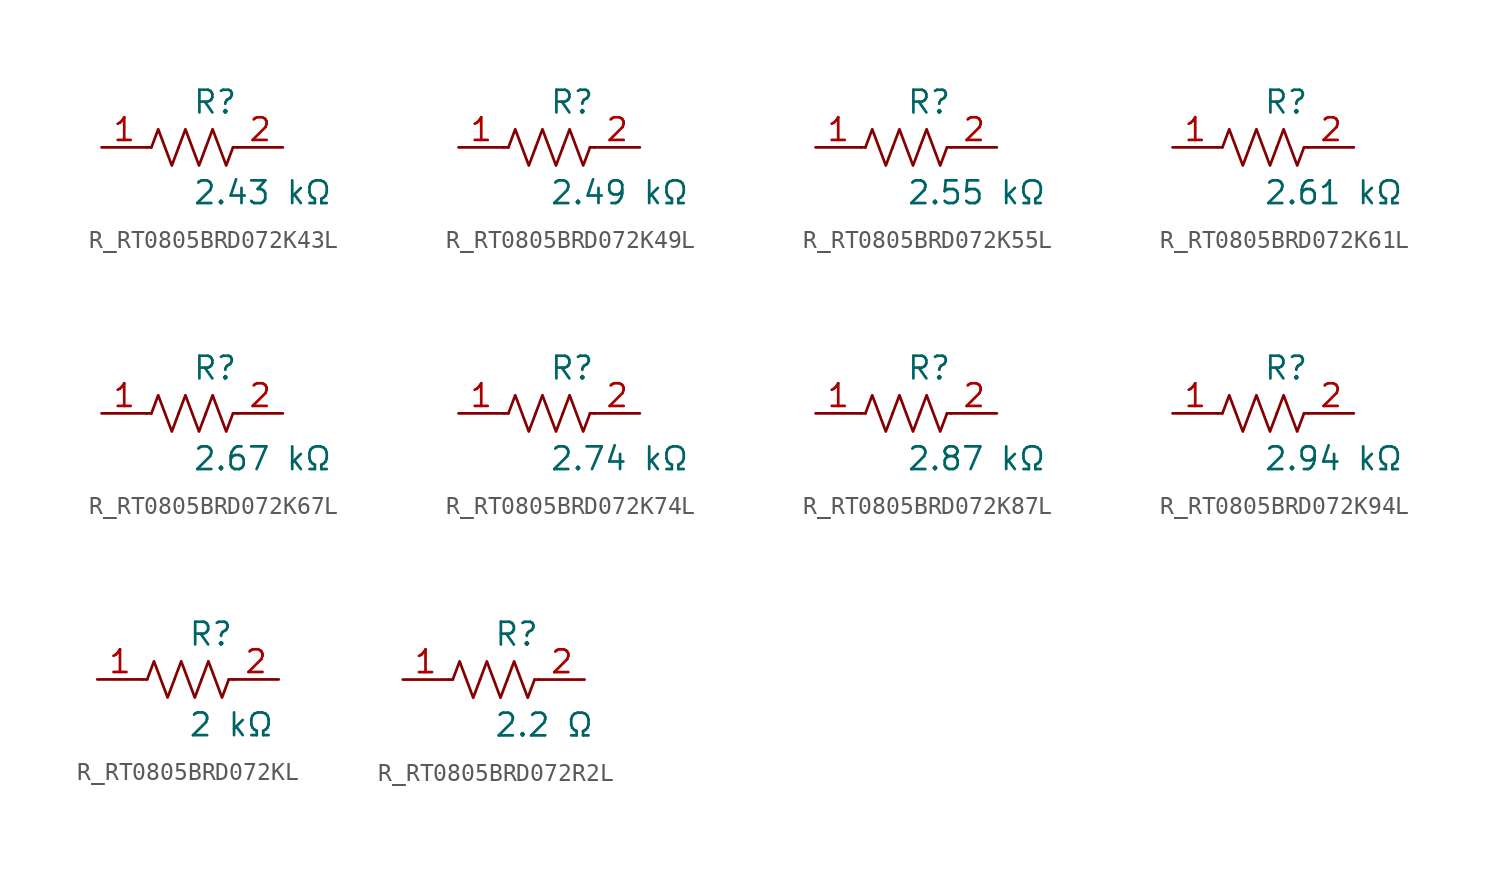
<source format=kicad_sym>
(kicad_symbol_lib
  (version 20231120)
  (generator kicad_symbol_editor)
  (generator_version 8.0)
  (symbol "R_RT0805BRD072K43L"
    (pin_names
      (offset 0.254))
    (property "Reference" "R"
      (at 0.0 2.54 0)
      (effects (font (size 1.27 1.27)) (justify left)))
    (property "Value" "2.43 kΩ"
      (at 0.0 -2.54 0)
      (effects (font (size 1.27 1.27)) (justify left)))
    (symbol "R_RT0805BRD072K43L_0_1"
      (polyline (pts (xy 2.286 0) (xy 2.54 0)) (stroke (width 0) (type default)) (fill (type none)))
      (polyline (pts (xy -2.286 0) (xy -2.54 0)) (stroke (width 0) (type default)) (fill (type none)))
      (polyline (pts (xy 0.762 0) (xy 1.143 1.016) (xy 1.524 0) (xy 1.905 -1.016) (xy 2.286 0)) (stroke (width 0) (type default)) (fill (type none)))
      (polyline (pts (xy -0.762 0) (xy -0.381 1.016) (xy 0 0) (xy 0.381 -1.016) (xy 0.762 0)) (stroke (width 0) (type default)) (fill (type none)))
      (polyline (pts (xy -2.286 0) (xy -1.905 1.016) (xy -1.524 0) (xy -1.143 -1.016) (xy -0.762 0)) (stroke (width 0) (type default)) (fill (type none))))
    (pin unspecified line
      (at -5.08 0 0)
      (length 2.54)
      (name "" (effects (font (size 1.27 1.27))))
      (number "1" (effects (font (size 1.27 1.27)))))
    (pin unspecified line
      (at 5.08 0 180)
      (length 2.54)
      (name "" (effects (font (size 1.27 1.27))))
      (number "2" (effects (font (size 1.27 1.27))))))
  (symbol "R_RT0805BRD072K49L"
    (pin_names
      (offset 0.254))
    (property "Reference" "R"
      (at 0.0 2.54 0)
      (effects (font (size 1.27 1.27)) (justify left)))
    (property "Value" "2.49 kΩ"
      (at 0.0 -2.54 0)
      (effects (font (size 1.27 1.27)) (justify left)))
    (symbol "R_RT0805BRD072K49L_0_1"
      (polyline (pts (xy 2.286 0) (xy 2.54 0)) (stroke (width 0) (type default)) (fill (type none)))
      (polyline (pts (xy -2.286 0) (xy -2.54 0)) (stroke (width 0) (type default)) (fill (type none)))
      (polyline (pts (xy 0.762 0) (xy 1.143 1.016) (xy 1.524 0) (xy 1.905 -1.016) (xy 2.286 0)) (stroke (width 0) (type default)) (fill (type none)))
      (polyline (pts (xy -0.762 0) (xy -0.381 1.016) (xy 0 0) (xy 0.381 -1.016) (xy 0.762 0)) (stroke (width 0) (type default)) (fill (type none)))
      (polyline (pts (xy -2.286 0) (xy -1.905 1.016) (xy -1.524 0) (xy -1.143 -1.016) (xy -0.762 0)) (stroke (width 0) (type default)) (fill (type none))))
    (pin unspecified line
      (at -5.08 0 0)
      (length 2.54)
      (name "" (effects (font (size 1.27 1.27))))
      (number "1" (effects (font (size 1.27 1.27)))))
    (pin unspecified line
      (at 5.08 0 180)
      (length 2.54)
      (name "" (effects (font (size 1.27 1.27))))
      (number "2" (effects (font (size 1.27 1.27))))))
  (symbol "R_RT0805BRD072K55L"
    (pin_names
      (offset 0.254))
    (property "Reference" "R"
      (at 0.0 2.54 0)
      (effects (font (size 1.27 1.27)) (justify left)))
    (property "Value" "2.55 kΩ"
      (at 0.0 -2.54 0)
      (effects (font (size 1.27 1.27)) (justify left)))
    (symbol "R_RT0805BRD072K55L_0_1"
      (polyline (pts (xy 2.286 0) (xy 2.54 0)) (stroke (width 0) (type default)) (fill (type none)))
      (polyline (pts (xy -2.286 0) (xy -2.54 0)) (stroke (width 0) (type default)) (fill (type none)))
      (polyline (pts (xy 0.762 0) (xy 1.143 1.016) (xy 1.524 0) (xy 1.905 -1.016) (xy 2.286 0)) (stroke (width 0) (type default)) (fill (type none)))
      (polyline (pts (xy -0.762 0) (xy -0.381 1.016) (xy 0 0) (xy 0.381 -1.016) (xy 0.762 0)) (stroke (width 0) (type default)) (fill (type none)))
      (polyline (pts (xy -2.286 0) (xy -1.905 1.016) (xy -1.524 0) (xy -1.143 -1.016) (xy -0.762 0)) (stroke (width 0) (type default)) (fill (type none))))
    (pin unspecified line
      (at -5.08 0 0)
      (length 2.54)
      (name "" (effects (font (size 1.27 1.27))))
      (number "1" (effects (font (size 1.27 1.27)))))
    (pin unspecified line
      (at 5.08 0 180)
      (length 2.54)
      (name "" (effects (font (size 1.27 1.27))))
      (number "2" (effects (font (size 1.27 1.27))))))
  (symbol "R_RT0805BRD072K61L"
    (pin_names
      (offset 0.254))
    (property "Reference" "R"
      (at 0.0 2.54 0)
      (effects (font (size 1.27 1.27)) (justify left)))
    (property "Value" "2.61 kΩ"
      (at 0.0 -2.54 0)
      (effects (font (size 1.27 1.27)) (justify left)))
    (symbol "R_RT0805BRD072K61L_0_1"
      (polyline (pts (xy 2.286 0) (xy 2.54 0)) (stroke (width 0) (type default)) (fill (type none)))
      (polyline (pts (xy -2.286 0) (xy -2.54 0)) (stroke (width 0) (type default)) (fill (type none)))
      (polyline (pts (xy 0.762 0) (xy 1.143 1.016) (xy 1.524 0) (xy 1.905 -1.016) (xy 2.286 0)) (stroke (width 0) (type default)) (fill (type none)))
      (polyline (pts (xy -0.762 0) (xy -0.381 1.016) (xy 0 0) (xy 0.381 -1.016) (xy 0.762 0)) (stroke (width 0) (type default)) (fill (type none)))
      (polyline (pts (xy -2.286 0) (xy -1.905 1.016) (xy -1.524 0) (xy -1.143 -1.016) (xy -0.762 0)) (stroke (width 0) (type default)) (fill (type none))))
    (pin unspecified line
      (at -5.08 0 0)
      (length 2.54)
      (name "" (effects (font (size 1.27 1.27))))
      (number "1" (effects (font (size 1.27 1.27)))))
    (pin unspecified line
      (at 5.08 0 180)
      (length 2.54)
      (name "" (effects (font (size 1.27 1.27))))
      (number "2" (effects (font (size 1.27 1.27))))))
  (symbol "R_RT0805BRD072K67L"
    (pin_names
      (offset 0.254))
    (property "Reference" "R"
      (at 0.0 2.54 0)
      (effects (font (size 1.27 1.27)) (justify left)))
    (property "Value" "2.67 kΩ"
      (at 0.0 -2.54 0)
      (effects (font (size 1.27 1.27)) (justify left)))
    (symbol "R_RT0805BRD072K67L_0_1"
      (polyline (pts (xy 2.286 0) (xy 2.54 0)) (stroke (width 0) (type default)) (fill (type none)))
      (polyline (pts (xy -2.286 0) (xy -2.54 0)) (stroke (width 0) (type default)) (fill (type none)))
      (polyline (pts (xy 0.762 0) (xy 1.143 1.016) (xy 1.524 0) (xy 1.905 -1.016) (xy 2.286 0)) (stroke (width 0) (type default)) (fill (type none)))
      (polyline (pts (xy -0.762 0) (xy -0.381 1.016) (xy 0 0) (xy 0.381 -1.016) (xy 0.762 0)) (stroke (width 0) (type default)) (fill (type none)))
      (polyline (pts (xy -2.286 0) (xy -1.905 1.016) (xy -1.524 0) (xy -1.143 -1.016) (xy -0.762 0)) (stroke (width 0) (type default)) (fill (type none))))
    (pin unspecified line
      (at -5.08 0 0)
      (length 2.54)
      (name "" (effects (font (size 1.27 1.27))))
      (number "1" (effects (font (size 1.27 1.27)))))
    (pin unspecified line
      (at 5.08 0 180)
      (length 2.54)
      (name "" (effects (font (size 1.27 1.27))))
      (number "2" (effects (font (size 1.27 1.27))))))
  (symbol "R_RT0805BRD072K74L"
    (pin_names
      (offset 0.254))
    (property "Reference" "R"
      (at 0.0 2.54 0)
      (effects (font (size 1.27 1.27)) (justify left)))
    (property "Value" "2.74 kΩ"
      (at 0.0 -2.54 0)
      (effects (font (size 1.27 1.27)) (justify left)))
    (symbol "R_RT0805BRD072K74L_0_1"
      (polyline (pts (xy 2.286 0) (xy 2.54 0)) (stroke (width 0) (type default)) (fill (type none)))
      (polyline (pts (xy -2.286 0) (xy -2.54 0)) (stroke (width 0) (type default)) (fill (type none)))
      (polyline (pts (xy 0.762 0) (xy 1.143 1.016) (xy 1.524 0) (xy 1.905 -1.016) (xy 2.286 0)) (stroke (width 0) (type default)) (fill (type none)))
      (polyline (pts (xy -0.762 0) (xy -0.381 1.016) (xy 0 0) (xy 0.381 -1.016) (xy 0.762 0)) (stroke (width 0) (type default)) (fill (type none)))
      (polyline (pts (xy -2.286 0) (xy -1.905 1.016) (xy -1.524 0) (xy -1.143 -1.016) (xy -0.762 0)) (stroke (width 0) (type default)) (fill (type none))))
    (pin unspecified line
      (at -5.08 0 0)
      (length 2.54)
      (name "" (effects (font (size 1.27 1.27))))
      (number "1" (effects (font (size 1.27 1.27)))))
    (pin unspecified line
      (at 5.08 0 180)
      (length 2.54)
      (name "" (effects (font (size 1.27 1.27))))
      (number "2" (effects (font (size 1.27 1.27))))))
  (symbol "R_RT0805BRD072K87L"
    (pin_names
      (offset 0.254))
    (property "Reference" "R"
      (at 0.0 2.54 0)
      (effects (font (size 1.27 1.27)) (justify left)))
    (property "Value" "2.87 kΩ"
      (at 0.0 -2.54 0)
      (effects (font (size 1.27 1.27)) (justify left)))
    (symbol "R_RT0805BRD072K87L_0_1"
      (polyline (pts (xy 2.286 0) (xy 2.54 0)) (stroke (width 0) (type default)) (fill (type none)))
      (polyline (pts (xy -2.286 0) (xy -2.54 0)) (stroke (width 0) (type default)) (fill (type none)))
      (polyline (pts (xy 0.762 0) (xy 1.143 1.016) (xy 1.524 0) (xy 1.905 -1.016) (xy 2.286 0)) (stroke (width 0) (type default)) (fill (type none)))
      (polyline (pts (xy -0.762 0) (xy -0.381 1.016) (xy 0 0) (xy 0.381 -1.016) (xy 0.762 0)) (stroke (width 0) (type default)) (fill (type none)))
      (polyline (pts (xy -2.286 0) (xy -1.905 1.016) (xy -1.524 0) (xy -1.143 -1.016) (xy -0.762 0)) (stroke (width 0) (type default)) (fill (type none))))
    (pin unspecified line
      (at -5.08 0 0)
      (length 2.54)
      (name "" (effects (font (size 1.27 1.27))))
      (number "1" (effects (font (size 1.27 1.27)))))
    (pin unspecified line
      (at 5.08 0 180)
      (length 2.54)
      (name "" (effects (font (size 1.27 1.27))))
      (number "2" (effects (font (size 1.27 1.27))))))
  (symbol "R_RT0805BRD072K94L"
    (pin_names
      (offset 0.254))
    (property "Reference" "R"
      (at 0.0 2.54 0)
      (effects (font (size 1.27 1.27)) (justify left)))
    (property "Value" "2.94 kΩ"
      (at 0.0 -2.54 0)
      (effects (font (size 1.27 1.27)) (justify left)))
    (symbol "R_RT0805BRD072K94L_0_1"
      (polyline (pts (xy 2.286 0) (xy 2.54 0)) (stroke (width 0) (type default)) (fill (type none)))
      (polyline (pts (xy -2.286 0) (xy -2.54 0)) (stroke (width 0) (type default)) (fill (type none)))
      (polyline (pts (xy 0.762 0) (xy 1.143 1.016) (xy 1.524 0) (xy 1.905 -1.016) (xy 2.286 0)) (stroke (width 0) (type default)) (fill (type none)))
      (polyline (pts (xy -0.762 0) (xy -0.381 1.016) (xy 0 0) (xy 0.381 -1.016) (xy 0.762 0)) (stroke (width 0) (type default)) (fill (type none)))
      (polyline (pts (xy -2.286 0) (xy -1.905 1.016) (xy -1.524 0) (xy -1.143 -1.016) (xy -0.762 0)) (stroke (width 0) (type default)) (fill (type none))))
    (pin unspecified line
      (at -5.08 0 0)
      (length 2.54)
      (name "" (effects (font (size 1.27 1.27))))
      (number "1" (effects (font (size 1.27 1.27)))))
    (pin unspecified line
      (at 5.08 0 180)
      (length 2.54)
      (name "" (effects (font (size 1.27 1.27))))
      (number "2" (effects (font (size 1.27 1.27))))))
  (symbol "R_RT0805BRD072KL"
    (pin_names
      (offset 0.254))
    (property "Reference" "R"
      (at 0.0 2.54 0)
      (effects (font (size 1.27 1.27)) (justify left)))
    (property "Value" "2 kΩ"
      (at 0.0 -2.54 0)
      (effects (font (size 1.27 1.27)) (justify left)))
    (symbol "R_RT0805BRD072KL_0_1"
      (polyline (pts (xy 2.286 0) (xy 2.54 0)) (stroke (width 0) (type default)) (fill (type none)))
      (polyline (pts (xy -2.286 0) (xy -2.54 0)) (stroke (width 0) (type default)) (fill (type none)))
      (polyline (pts (xy 0.762 0) (xy 1.143 1.016) (xy 1.524 0) (xy 1.905 -1.016) (xy 2.286 0)) (stroke (width 0) (type default)) (fill (type none)))
      (polyline (pts (xy -0.762 0) (xy -0.381 1.016) (xy 0 0) (xy 0.381 -1.016) (xy 0.762 0)) (stroke (width 0) (type default)) (fill (type none)))
      (polyline (pts (xy -2.286 0) (xy -1.905 1.016) (xy -1.524 0) (xy -1.143 -1.016) (xy -0.762 0)) (stroke (width 0) (type default)) (fill (type none))))
    (pin unspecified line
      (at -5.08 0 0)
      (length 2.54)
      (name "" (effects (font (size 1.27 1.27))))
      (number "1" (effects (font (size 1.27 1.27)))))
    (pin unspecified line
      (at 5.08 0 180)
      (length 2.54)
      (name "" (effects (font (size 1.27 1.27))))
      (number "2" (effects (font (size 1.27 1.27))))))
  (symbol "R_RT0805BRD072R2L"
    (pin_names
      (offset 0.254))
    (property "Reference" "R"
      (at 0.0 2.54 0)
      (effects (font (size 1.27 1.27)) (justify left)))
    (property "Value" "2.2 Ω"
      (at 0.0 -2.54 0)
      (effects (font (size 1.27 1.27)) (justify left)))
    (symbol "R_RT0805BRD072R2L_0_1"
      (polyline (pts (xy 2.286 0) (xy 2.54 0)) (stroke (width 0) (type default)) (fill (type none)))
      (polyline (pts (xy -2.286 0) (xy -2.54 0)) (stroke (width 0) (type default)) (fill (type none)))
      (polyline (pts (xy 0.762 0) (xy 1.143 1.016) (xy 1.524 0) (xy 1.905 -1.016) (xy 2.286 0)) (stroke (width 0) (type default)) (fill (type none)))
      (polyline (pts (xy -0.762 0) (xy -0.381 1.016) (xy 0 0) (xy 0.381 -1.016) (xy 0.762 0)) (stroke (width 0) (type default)) (fill (type none)))
      (polyline (pts (xy -2.286 0) (xy -1.905 1.016) (xy -1.524 0) (xy -1.143 -1.016) (xy -0.762 0)) (stroke (width 0) (type default)) (fill (type none))))
    (pin unspecified line
      (at -5.08 0 0)
      (length 2.54)
      (name "" (effects (font (size 1.27 1.27))))
      (number "1" (effects (font (size 1.27 1.27)))))
    (pin unspecified line
      (at 5.08 0 180)
      (length 2.54)
      (name "" (effects (font (size 1.27 1.27))))
      (number "2" (effects (font (size 1.27 1.27)))))))
</source>
